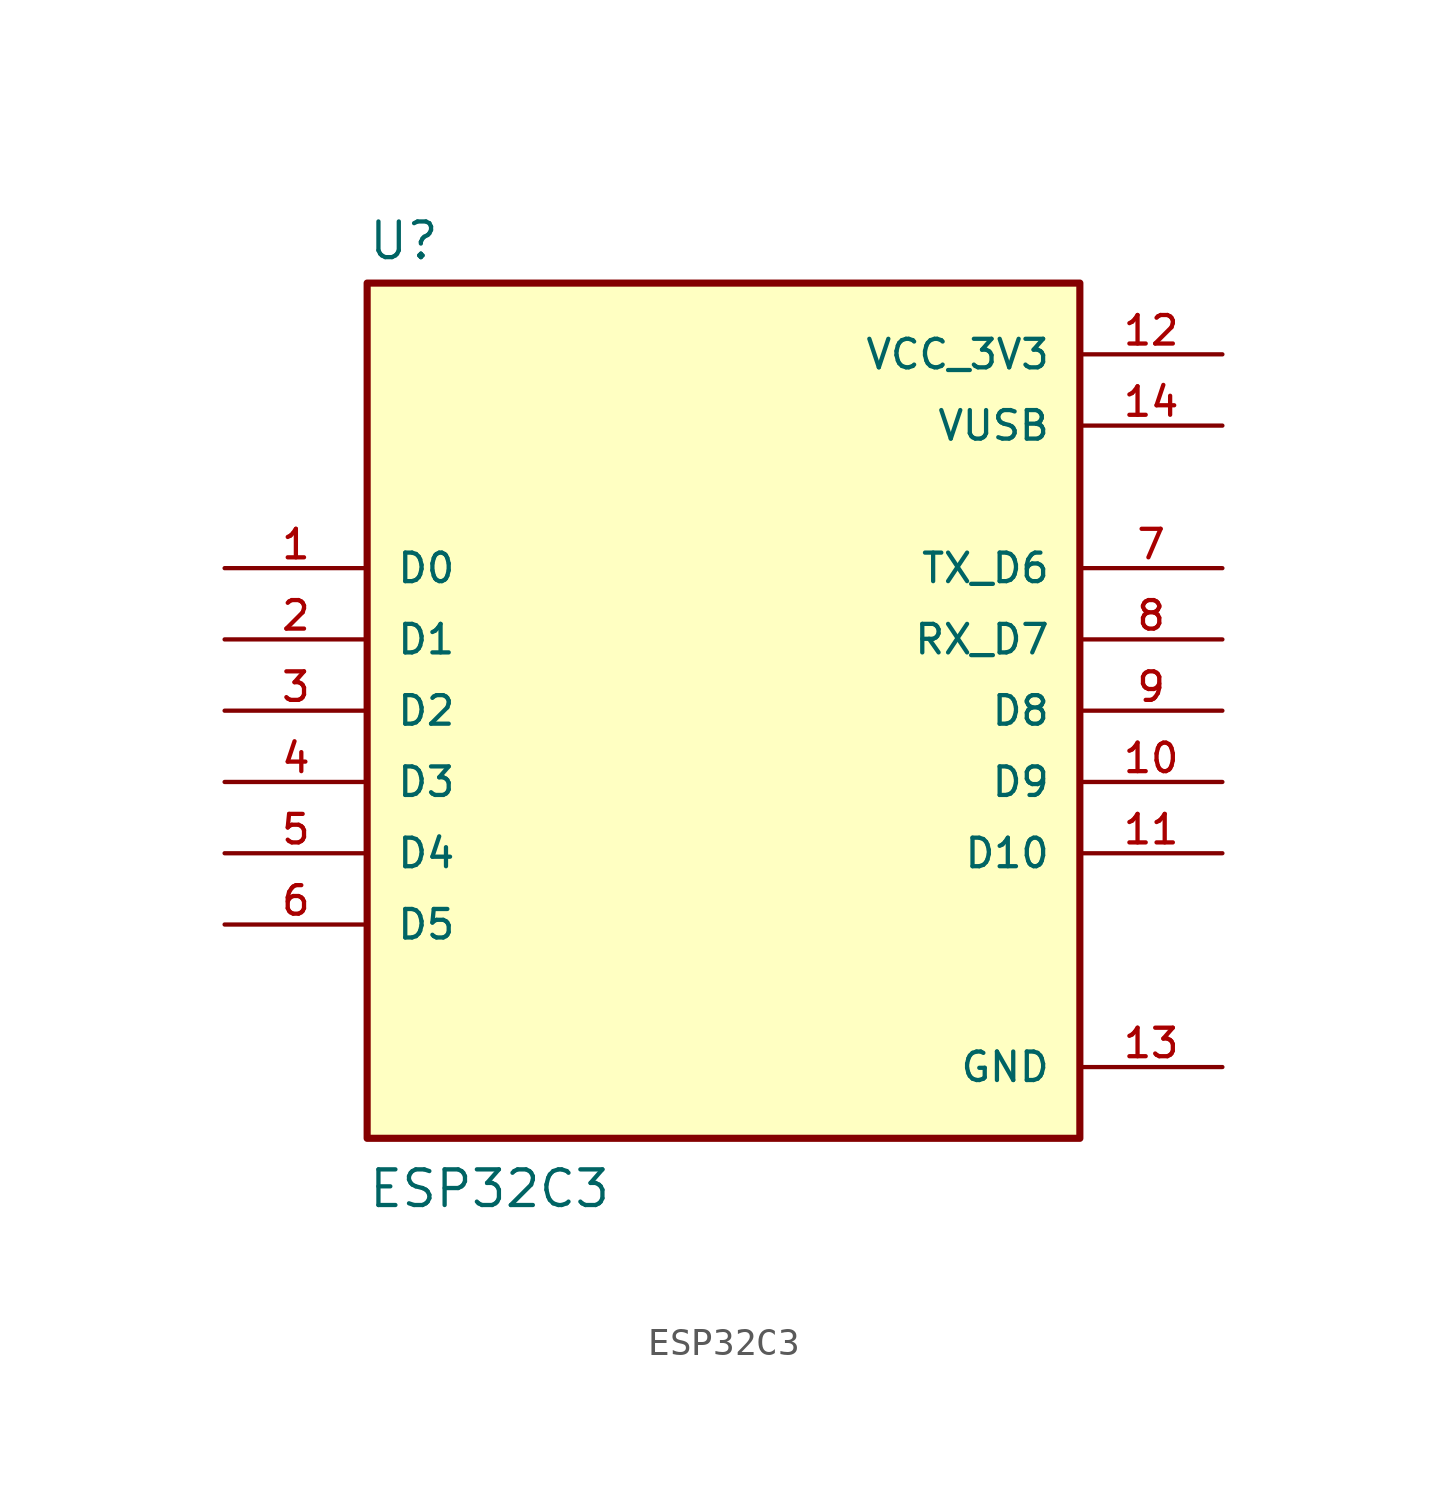
<source format=kicad_sym>
(kicad_symbol_lib
  (version 20241209)
  (generator "kicad_symbol_editor")
  (generator_version "9.0")
  (symbol "ESP32C3"
    (pin_names
      (offset 1.016))
    (property "Reference" "U"
      (at -12.7 16.002 0)
      (effects (font (size 1.27 1.27)) (justify left bottom)))
    (property "Value" "ESP32C3"
      (at -12.7 -17.78 0)
      (effects (font (size 1.27 1.27)) (justify left bottom)))
    (symbol "ESP32C3_0_0"
      (rectangle (start -12.7 -15.24) (end 12.7 15.24) (stroke (width 0.254) (type default)) (fill (type background)))
      (pin bidirectional line (at -17.78 5.08 0) (length 5.08) (name "D0" (effects (font (size 1.016 1.016)))) (number "1" (effects (font (size 1.016 1.016)))))
      (pin bidirectional line (at -17.78 2.54 0) (length 5.08) (name "D1" (effects (font (size 1.016 1.016)))) (number "2" (effects (font (size 1.016 1.016)))))
      (pin bidirectional line (at -17.78 0 0) (length 5.08) (name "D2" (effects (font (size 1.016 1.016)))) (number "3" (effects (font (size 1.016 1.016)))))
      (pin bidirectional line (at -17.78 -2.54 0) (length 5.08) (name "D3" (effects (font (size 1.016 1.016)))) (number "4" (effects (font (size 1.016 1.016)))))
      (pin bidirectional line (at -17.78 -5.08 0) (length 5.08) (name "D4" (effects (font (size 1.016 1.016)))) (number "5" (effects (font (size 1.016 1.016)))))
      (pin bidirectional line (at -17.78 -7.62 0) (length 5.08) (name "D5" (effects (font (size 1.016 1.016)))) (number "6" (effects (font (size 1.016 1.016)))))
      (pin power_in line (at 17.78 12.7 180) (length 5.08) (name "VCC_3V3" (effects (font (size 1.016 1.016)))) (number "12" (effects (font (size 1.016 1.016)))))
      (pin power_in line (at 17.78 10.16 180) (length 5.08) (name "VUSB" (effects (font (size 1.016 1.016)))) (number "14" (effects (font (size 1.016 1.016)))))
      (pin bidirectional line (at 17.78 5.08 180) (length 5.08) (name "TX_D6" (effects (font (size 1.016 1.016)))) (number "7" (effects (font (size 1.016 1.016)))))
      (pin bidirectional line (at 17.78 2.54 180) (length 5.08) (name "RX_D7" (effects (font (size 1.016 1.016)))) (number "8" (effects (font (size 1.016 1.016)))))
      (pin bidirectional line (at 17.78 0 180) (length 5.08) (name "D8" (effects (font (size 1.016 1.016)))) (number "9" (effects (font (size 1.016 1.016)))))
      (pin bidirectional line (at 17.78 -2.54 180) (length 5.08) (name "D9" (effects (font (size 1.016 1.016)))) (number "10" (effects (font (size 1.016 1.016)))))
      (pin bidirectional line (at 17.78 -5.08 180) (length 5.08) (name "D10" (effects (font (size 1.016 1.016)))) (number "11" (effects (font (size 1.016 1.016)))))
      (pin power_in line (at 17.78 -12.7 180) (length 5.08) (name "GND" (effects (font (size 1.016 1.016)))) (number "13" (effects (font (size 1.016 1.016))))))))
</source>
